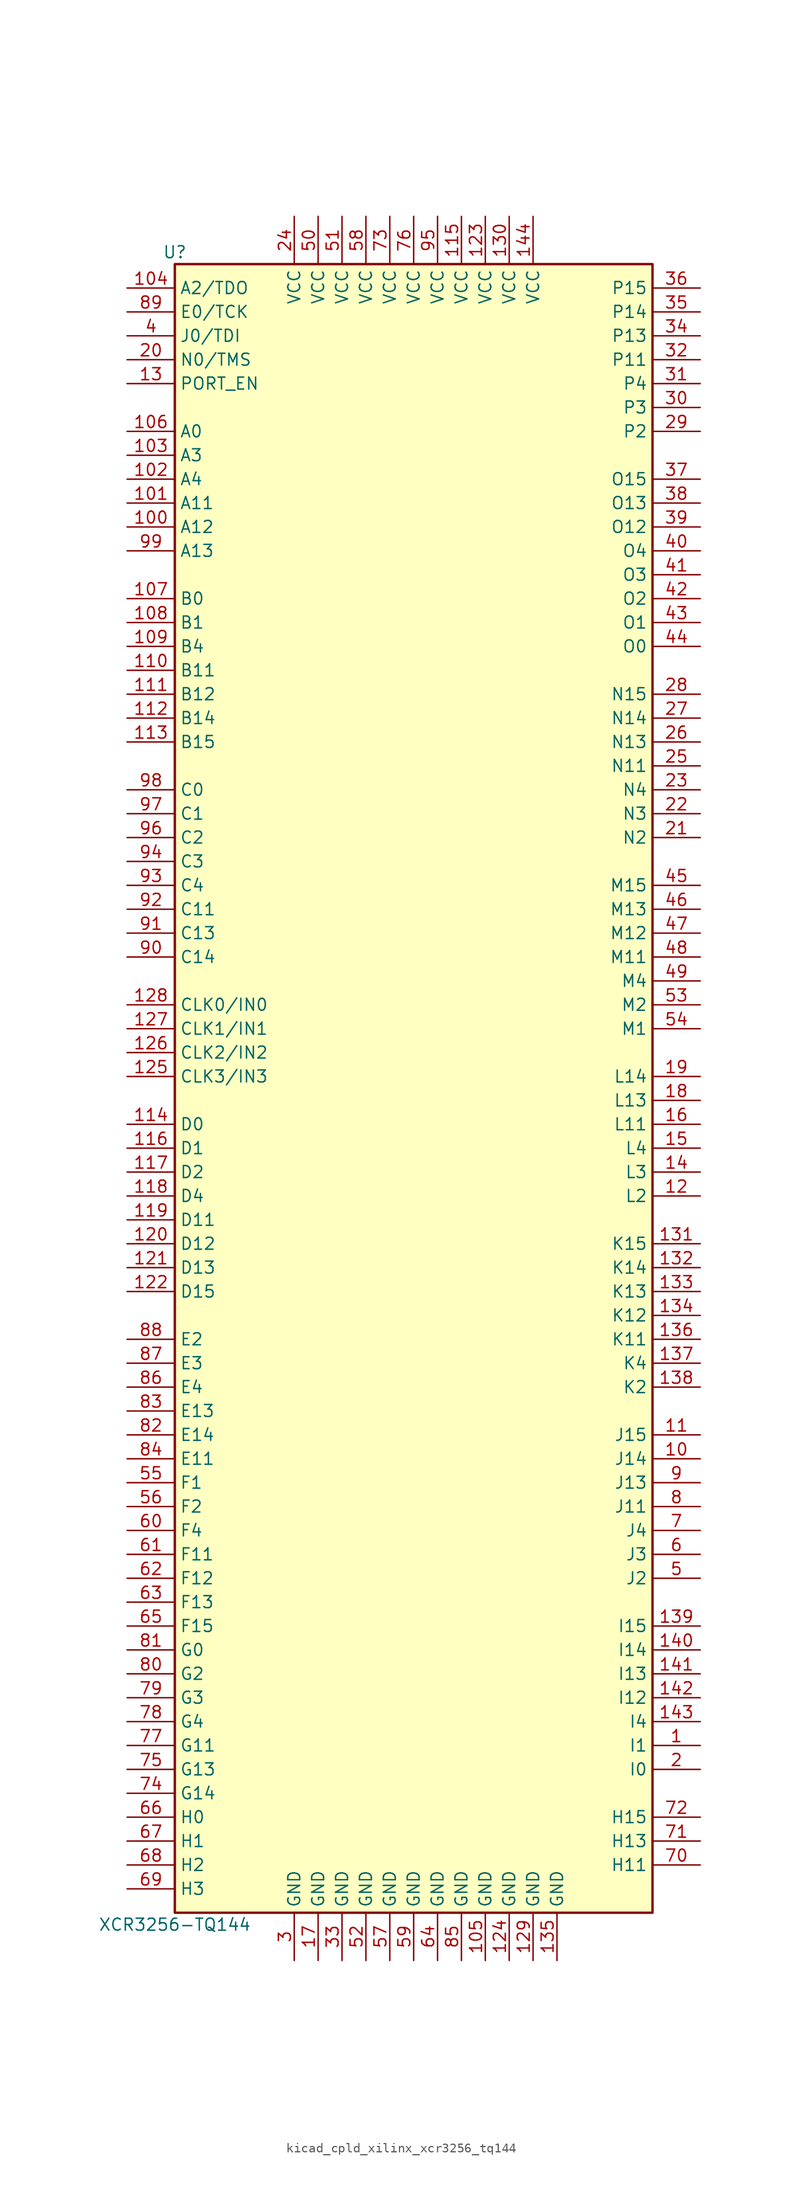
<source format=kicad_sym>
(kicad_symbol_lib
  (version 20220914)
  (generator kicad_symbol_editor)
  (symbol "kicad_cpld_xilinx_xcr3256_tq144"
    (property "Reference" "U"
      (at -25.4 87.63 0)
      (effects (font (size 1.27 1.27))))
    (property "Value" "XCR3256-TQ144"
      (at -25.4 -90.17 0)
      (effects (font (size 1.27 1.27))))
    (symbol "kicad_cpld_xilinx_xcr3256_tq144_1_1"
      (rectangle (start -25.4 86.36) (end 25.4 -88.9) (stroke (width 0.254) (type default)) (fill (type background)))
      (pin passive line (at 30.48 -71.12 180) (length 5.08) (name "I1" (effects (font (size 1.27 1.27)))) (number "1" (effects (font (size 1.27 1.27)))))
      (pin passive line (at 30.48 -40.64 180) (length 5.08) (name "J14" (effects (font (size 1.27 1.27)))) (number "10" (effects (font (size 1.27 1.27)))))
      (pin passive line (at -30.48 58.42 0) (length 5.08) (name "A12" (effects (font (size 1.27 1.27)))) (number "100" (effects (font (size 1.27 1.27)))))
      (pin passive line (at -30.48 60.96 0) (length 5.08) (name "A11" (effects (font (size 1.27 1.27)))) (number "101" (effects (font (size 1.27 1.27)))))
      (pin passive line (at -30.48 63.5 0) (length 5.08) (name "A4" (effects (font (size 1.27 1.27)))) (number "102" (effects (font (size 1.27 1.27)))))
      (pin passive line (at -30.48 66.04 0) (length 5.08) (name "A3" (effects (font (size 1.27 1.27)))) (number "103" (effects (font (size 1.27 1.27)))))
      (pin passive line (at -30.48 83.82 0) (length 5.08) (name "A2/TDO" (effects (font (size 1.27 1.27)))) (number "104" (effects (font (size 1.27 1.27)))))
      (pin power_in line (at 7.62 -93.98 90) (length 5.08) (name "GND" (effects (font (size 1.27 1.27)))) (number "105" (effects (font (size 1.27 1.27)))))
      (pin passive line (at -30.48 68.58 0) (length 5.08) (name "A0" (effects (font (size 1.27 1.27)))) (number "106" (effects (font (size 1.27 1.27)))))
      (pin passive line (at -30.48 50.8 0) (length 5.08) (name "B0" (effects (font (size 1.27 1.27)))) (number "107" (effects (font (size 1.27 1.27)))))
      (pin passive line (at -30.48 48.26 0) (length 5.08) (name "B1" (effects (font (size 1.27 1.27)))) (number "108" (effects (font (size 1.27 1.27)))))
      (pin passive line (at -30.48 45.72 0) (length 5.08) (name "B4" (effects (font (size 1.27 1.27)))) (number "109" (effects (font (size 1.27 1.27)))))
      (pin passive line (at 30.48 -38.1 180) (length 5.08) (name "J15" (effects (font (size 1.27 1.27)))) (number "11" (effects (font (size 1.27 1.27)))))
      (pin passive line (at -30.48 43.18 0) (length 5.08) (name "B11" (effects (font (size 1.27 1.27)))) (number "110" (effects (font (size 1.27 1.27)))))
      (pin passive line (at -30.48 40.64 0) (length 5.08) (name "B12" (effects (font (size 1.27 1.27)))) (number "111" (effects (font (size 1.27 1.27)))))
      (pin passive line (at -30.48 38.1 0) (length 5.08) (name "B14" (effects (font (size 1.27 1.27)))) (number "112" (effects (font (size 1.27 1.27)))))
      (pin passive line (at -30.48 35.56 0) (length 5.08) (name "B15" (effects (font (size 1.27 1.27)))) (number "113" (effects (font (size 1.27 1.27)))))
      (pin passive line (at -30.48 -5.08 0) (length 5.08) (name "D0" (effects (font (size 1.27 1.27)))) (number "114" (effects (font (size 1.27 1.27)))))
      (pin power_in line (at 5.08 91.44 270) (length 5.08) (name "VCC" (effects (font (size 1.27 1.27)))) (number "115" (effects (font (size 1.27 1.27)))))
      (pin passive line (at -30.48 -7.62 0) (length 5.08) (name "D1" (effects (font (size 1.27 1.27)))) (number "116" (effects (font (size 1.27 1.27)))))
      (pin passive line (at -30.48 -10.16 0) (length 5.08) (name "D2" (effects (font (size 1.27 1.27)))) (number "117" (effects (font (size 1.27 1.27)))))
      (pin passive line (at -30.48 -12.7 0) (length 5.08) (name "D4" (effects (font (size 1.27 1.27)))) (number "118" (effects (font (size 1.27 1.27)))))
      (pin passive line (at -30.48 -15.24 0) (length 5.08) (name "D11" (effects (font (size 1.27 1.27)))) (number "119" (effects (font (size 1.27 1.27)))))
      (pin passive line (at 30.48 -12.7 180) (length 5.08) (name "L2" (effects (font (size 1.27 1.27)))) (number "12" (effects (font (size 1.27 1.27)))))
      (pin passive line (at -30.48 -17.78 0) (length 5.08) (name "D12" (effects (font (size 1.27 1.27)))) (number "120" (effects (font (size 1.27 1.27)))))
      (pin passive line (at -30.48 -20.32 0) (length 5.08) (name "D13" (effects (font (size 1.27 1.27)))) (number "121" (effects (font (size 1.27 1.27)))))
      (pin passive line (at -30.48 -22.86 0) (length 5.08) (name "D15" (effects (font (size 1.27 1.27)))) (number "122" (effects (font (size 1.27 1.27)))))
      (pin power_in line (at 7.62 91.44 270) (length 5.08) (name "VCC" (effects (font (size 1.27 1.27)))) (number "123" (effects (font (size 1.27 1.27)))))
      (pin power_in line (at 10.16 -93.98 90) (length 5.08) (name "GND" (effects (font (size 1.27 1.27)))) (number "124" (effects (font (size 1.27 1.27)))))
      (pin input line (at -30.48 0 0) (length 5.08) (name "CLK3/IN3" (effects (font (size 1.27 1.27)))) (number "125" (effects (font (size 1.27 1.27)))))
      (pin input line (at -30.48 2.54 0) (length 5.08) (name "CLK2/IN2" (effects (font (size 1.27 1.27)))) (number "126" (effects (font (size 1.27 1.27)))))
      (pin input line (at -30.48 5.08 0) (length 5.08) (name "CLK1/IN1" (effects (font (size 1.27 1.27)))) (number "127" (effects (font (size 1.27 1.27)))))
      (pin input line (at -30.48 7.62 0) (length 5.08) (name "CLK0/IN0" (effects (font (size 1.27 1.27)))) (number "128" (effects (font (size 1.27 1.27)))))
      (pin power_in line (at 12.7 -93.98 90) (length 5.08) (name "GND" (effects (font (size 1.27 1.27)))) (number "129" (effects (font (size 1.27 1.27)))))
      (pin passive line (at -30.48 73.66 0) (length 5.08) (name "PORT_EN" (effects (font (size 1.27 1.27)))) (number "13" (effects (font (size 1.27 1.27)))))
      (pin power_in line (at 10.16 91.44 270) (length 5.08) (name "VCC" (effects (font (size 1.27 1.27)))) (number "130" (effects (font (size 1.27 1.27)))))
      (pin passive line (at 30.48 -17.78 180) (length 5.08) (name "K15" (effects (font (size 1.27 1.27)))) (number "131" (effects (font (size 1.27 1.27)))))
      (pin passive line (at 30.48 -20.32 180) (length 5.08) (name "K14" (effects (font (size 1.27 1.27)))) (number "132" (effects (font (size 1.27 1.27)))))
      (pin passive line (at 30.48 -22.86 180) (length 5.08) (name "K13" (effects (font (size 1.27 1.27)))) (number "133" (effects (font (size 1.27 1.27)))))
      (pin passive line (at 30.48 -25.4 180) (length 5.08) (name "K12" (effects (font (size 1.27 1.27)))) (number "134" (effects (font (size 1.27 1.27)))))
      (pin power_in line (at 15.24 -93.98 90) (length 5.08) (name "GND" (effects (font (size 1.27 1.27)))) (number "135" (effects (font (size 1.27 1.27)))))
      (pin passive line (at 30.48 -27.94 180) (length 5.08) (name "K11" (effects (font (size 1.27 1.27)))) (number "136" (effects (font (size 1.27 1.27)))))
      (pin passive line (at 30.48 -30.48 180) (length 5.08) (name "K4" (effects (font (size 1.27 1.27)))) (number "137" (effects (font (size 1.27 1.27)))))
      (pin passive line (at 30.48 -33.02 180) (length 5.08) (name "K2" (effects (font (size 1.27 1.27)))) (number "138" (effects (font (size 1.27 1.27)))))
      (pin passive line (at 30.48 -58.42 180) (length 5.08) (name "I15" (effects (font (size 1.27 1.27)))) (number "139" (effects (font (size 1.27 1.27)))))
      (pin passive line (at 30.48 -10.16 180) (length 5.08) (name "L3" (effects (font (size 1.27 1.27)))) (number "14" (effects (font (size 1.27 1.27)))))
      (pin passive line (at 30.48 -60.96 180) (length 5.08) (name "I14" (effects (font (size 1.27 1.27)))) (number "140" (effects (font (size 1.27 1.27)))))
      (pin passive line (at 30.48 -63.5 180) (length 5.08) (name "I13" (effects (font (size 1.27 1.27)))) (number "141" (effects (font (size 1.27 1.27)))))
      (pin passive line (at 30.48 -66.04 180) (length 5.08) (name "I12" (effects (font (size 1.27 1.27)))) (number "142" (effects (font (size 1.27 1.27)))))
      (pin passive line (at 30.48 -68.58 180) (length 5.08) (name "I4" (effects (font (size 1.27 1.27)))) (number "143" (effects (font (size 1.27 1.27)))))
      (pin power_in line (at 12.7 91.44 270) (length 5.08) (name "VCC" (effects (font (size 1.27 1.27)))) (number "144" (effects (font (size 1.27 1.27)))))
      (pin passive line (at 30.48 -7.62 180) (length 5.08) (name "L4" (effects (font (size 1.27 1.27)))) (number "15" (effects (font (size 1.27 1.27)))))
      (pin passive line (at 30.48 -5.08 180) (length 5.08) (name "L11" (effects (font (size 1.27 1.27)))) (number "16" (effects (font (size 1.27 1.27)))))
      (pin power_in line (at -10.16 -93.98 90) (length 5.08) (name "GND" (effects (font (size 1.27 1.27)))) (number "17" (effects (font (size 1.27 1.27)))))
      (pin passive line (at 30.48 -2.54 180) (length 5.08) (name "L13" (effects (font (size 1.27 1.27)))) (number "18" (effects (font (size 1.27 1.27)))))
      (pin passive line (at 30.48 0 180) (length 5.08) (name "L14" (effects (font (size 1.27 1.27)))) (number "19" (effects (font (size 1.27 1.27)))))
      (pin passive line (at 30.48 -73.66 180) (length 5.08) (name "I0" (effects (font (size 1.27 1.27)))) (number "2" (effects (font (size 1.27 1.27)))))
      (pin passive line (at -30.48 76.2 0) (length 5.08) (name "N0/TMS" (effects (font (size 1.27 1.27)))) (number "20" (effects (font (size 1.27 1.27)))))
      (pin passive line (at 30.48 25.4 180) (length 5.08) (name "N2" (effects (font (size 1.27 1.27)))) (number "21" (effects (font (size 1.27 1.27)))))
      (pin passive line (at 30.48 27.94 180) (length 5.08) (name "N3" (effects (font (size 1.27 1.27)))) (number "22" (effects (font (size 1.27 1.27)))))
      (pin passive line (at 30.48 30.48 180) (length 5.08) (name "N4" (effects (font (size 1.27 1.27)))) (number "23" (effects (font (size 1.27 1.27)))))
      (pin power_in line (at -12.7 91.44 270) (length 5.08) (name "VCC" (effects (font (size 1.27 1.27)))) (number "24" (effects (font (size 1.27 1.27)))))
      (pin passive line (at 30.48 33.02 180) (length 5.08) (name "N11" (effects (font (size 1.27 1.27)))) (number "25" (effects (font (size 1.27 1.27)))))
      (pin passive line (at 30.48 35.56 180) (length 5.08) (name "N13" (effects (font (size 1.27 1.27)))) (number "26" (effects (font (size 1.27 1.27)))))
      (pin passive line (at 30.48 38.1 180) (length 5.08) (name "N14" (effects (font (size 1.27 1.27)))) (number "27" (effects (font (size 1.27 1.27)))))
      (pin passive line (at 30.48 40.64 180) (length 5.08) (name "N15" (effects (font (size 1.27 1.27)))) (number "28" (effects (font (size 1.27 1.27)))))
      (pin passive line (at 30.48 68.58 180) (length 5.08) (name "P2" (effects (font (size 1.27 1.27)))) (number "29" (effects (font (size 1.27 1.27)))))
      (pin power_in line (at -12.7 -93.98 90) (length 5.08) (name "GND" (effects (font (size 1.27 1.27)))) (number "3" (effects (font (size 1.27 1.27)))))
      (pin passive line (at 30.48 71.12 180) (length 5.08) (name "P3" (effects (font (size 1.27 1.27)))) (number "30" (effects (font (size 1.27 1.27)))))
      (pin passive line (at 30.48 73.66 180) (length 5.08) (name "P4" (effects (font (size 1.27 1.27)))) (number "31" (effects (font (size 1.27 1.27)))))
      (pin passive line (at 30.48 76.2 180) (length 5.08) (name "P11" (effects (font (size 1.27 1.27)))) (number "32" (effects (font (size 1.27 1.27)))))
      (pin power_in line (at -7.62 -93.98 90) (length 5.08) (name "GND" (effects (font (size 1.27 1.27)))) (number "33" (effects (font (size 1.27 1.27)))))
      (pin passive line (at 30.48 78.74 180) (length 5.08) (name "P13" (effects (font (size 1.27 1.27)))) (number "34" (effects (font (size 1.27 1.27)))))
      (pin passive line (at 30.48 81.28 180) (length 5.08) (name "P14" (effects (font (size 1.27 1.27)))) (number "35" (effects (font (size 1.27 1.27)))))
      (pin passive line (at 30.48 83.82 180) (length 5.08) (name "P15" (effects (font (size 1.27 1.27)))) (number "36" (effects (font (size 1.27 1.27)))))
      (pin passive line (at 30.48 63.5 180) (length 5.08) (name "O15" (effects (font (size 1.27 1.27)))) (number "37" (effects (font (size 1.27 1.27)))))
      (pin passive line (at 30.48 60.96 180) (length 5.08) (name "O13" (effects (font (size 1.27 1.27)))) (number "38" (effects (font (size 1.27 1.27)))))
      (pin passive line (at 30.48 58.42 180) (length 5.08) (name "O12" (effects (font (size 1.27 1.27)))) (number "39" (effects (font (size 1.27 1.27)))))
      (pin passive line (at -30.48 78.74 0) (length 5.08) (name "J0/TDI" (effects (font (size 1.27 1.27)))) (number "4" (effects (font (size 1.27 1.27)))))
      (pin passive line (at 30.48 55.88 180) (length 5.08) (name "O4" (effects (font (size 1.27 1.27)))) (number "40" (effects (font (size 1.27 1.27)))))
      (pin passive line (at 30.48 53.34 180) (length 5.08) (name "O3" (effects (font (size 1.27 1.27)))) (number "41" (effects (font (size 1.27 1.27)))))
      (pin passive line (at 30.48 50.8 180) (length 5.08) (name "O2" (effects (font (size 1.27 1.27)))) (number "42" (effects (font (size 1.27 1.27)))))
      (pin passive line (at 30.48 48.26 180) (length 5.08) (name "O1" (effects (font (size 1.27 1.27)))) (number "43" (effects (font (size 1.27 1.27)))))
      (pin passive line (at 30.48 45.72 180) (length 5.08) (name "O0" (effects (font (size 1.27 1.27)))) (number "44" (effects (font (size 1.27 1.27)))))
      (pin passive line (at 30.48 20.32 180) (length 5.08) (name "M15" (effects (font (size 1.27 1.27)))) (number "45" (effects (font (size 1.27 1.27)))))
      (pin passive line (at 30.48 17.78 180) (length 5.08) (name "M13" (effects (font (size 1.27 1.27)))) (number "46" (effects (font (size 1.27 1.27)))))
      (pin passive line (at 30.48 15.24 180) (length 5.08) (name "M12" (effects (font (size 1.27 1.27)))) (number "47" (effects (font (size 1.27 1.27)))))
      (pin passive line (at 30.48 12.7 180) (length 5.08) (name "M11" (effects (font (size 1.27 1.27)))) (number "48" (effects (font (size 1.27 1.27)))))
      (pin passive line (at 30.48 10.16 180) (length 5.08) (name "M4" (effects (font (size 1.27 1.27)))) (number "49" (effects (font (size 1.27 1.27)))))
      (pin passive line (at 30.48 -53.34 180) (length 5.08) (name "J2" (effects (font (size 1.27 1.27)))) (number "5" (effects (font (size 1.27 1.27)))))
      (pin power_in line (at -10.16 91.44 270) (length 5.08) (name "VCC" (effects (font (size 1.27 1.27)))) (number "50" (effects (font (size 1.27 1.27)))))
      (pin power_in line (at -7.62 91.44 270) (length 5.08) (name "VCC" (effects (font (size 1.27 1.27)))) (number "51" (effects (font (size 1.27 1.27)))))
      (pin power_in line (at -5.08 -93.98 90) (length 5.08) (name "GND" (effects (font (size 1.27 1.27)))) (number "52" (effects (font (size 1.27 1.27)))))
      (pin passive line (at 30.48 7.62 180) (length 5.08) (name "M2" (effects (font (size 1.27 1.27)))) (number "53" (effects (font (size 1.27 1.27)))))
      (pin passive line (at 30.48 5.08 180) (length 5.08) (name "M1" (effects (font (size 1.27 1.27)))) (number "54" (effects (font (size 1.27 1.27)))))
      (pin passive line (at -30.48 -43.18 0) (length 5.08) (name "F1" (effects (font (size 1.27 1.27)))) (number "55" (effects (font (size 1.27 1.27)))))
      (pin passive line (at -30.48 -45.72 0) (length 5.08) (name "F2" (effects (font (size 1.27 1.27)))) (number "56" (effects (font (size 1.27 1.27)))))
      (pin power_in line (at -2.54 -93.98 90) (length 5.08) (name "GND" (effects (font (size 1.27 1.27)))) (number "57" (effects (font (size 1.27 1.27)))))
      (pin power_in line (at -5.08 91.44 270) (length 5.08) (name "VCC" (effects (font (size 1.27 1.27)))) (number "58" (effects (font (size 1.27 1.27)))))
      (pin power_in line (at 0 -93.98 90) (length 5.08) (name "GND" (effects (font (size 1.27 1.27)))) (number "59" (effects (font (size 1.27 1.27)))))
      (pin passive line (at 30.48 -50.8 180) (length 5.08) (name "J3" (effects (font (size 1.27 1.27)))) (number "6" (effects (font (size 1.27 1.27)))))
      (pin passive line (at -30.48 -48.26 0) (length 5.08) (name "F4" (effects (font (size 1.27 1.27)))) (number "60" (effects (font (size 1.27 1.27)))))
      (pin passive line (at -30.48 -50.8 0) (length 5.08) (name "F11" (effects (font (size 1.27 1.27)))) (number "61" (effects (font (size 1.27 1.27)))))
      (pin passive line (at -30.48 -53.34 0) (length 5.08) (name "F12" (effects (font (size 1.27 1.27)))) (number "62" (effects (font (size 1.27 1.27)))))
      (pin passive line (at -30.48 -55.88 0) (length 5.08) (name "F13" (effects (font (size 1.27 1.27)))) (number "63" (effects (font (size 1.27 1.27)))))
      (pin power_in line (at 2.54 -93.98 90) (length 5.08) (name "GND" (effects (font (size 1.27 1.27)))) (number "64" (effects (font (size 1.27 1.27)))))
      (pin passive line (at -30.48 -58.42 0) (length 5.08) (name "F15" (effects (font (size 1.27 1.27)))) (number "65" (effects (font (size 1.27 1.27)))))
      (pin passive line (at -30.48 -78.74 0) (length 5.08) (name "H0" (effects (font (size 1.27 1.27)))) (number "66" (effects (font (size 1.27 1.27)))))
      (pin passive line (at -30.48 -81.28 0) (length 5.08) (name "H1" (effects (font (size 1.27 1.27)))) (number "67" (effects (font (size 1.27 1.27)))))
      (pin passive line (at -30.48 -83.82 0) (length 5.08) (name "H2" (effects (font (size 1.27 1.27)))) (number "68" (effects (font (size 1.27 1.27)))))
      (pin passive line (at -30.48 -86.36 0) (length 5.08) (name "H3" (effects (font (size 1.27 1.27)))) (number "69" (effects (font (size 1.27 1.27)))))
      (pin passive line (at 30.48 -48.26 180) (length 5.08) (name "J4" (effects (font (size 1.27 1.27)))) (number "7" (effects (font (size 1.27 1.27)))))
      (pin passive line (at 30.48 -83.82 180) (length 5.08) (name "H11" (effects (font (size 1.27 1.27)))) (number "70" (effects (font (size 1.27 1.27)))))
      (pin passive line (at 30.48 -81.28 180) (length 5.08) (name "H13" (effects (font (size 1.27 1.27)))) (number "71" (effects (font (size 1.27 1.27)))))
      (pin passive line (at 30.48 -78.74 180) (length 5.08) (name "H15" (effects (font (size 1.27 1.27)))) (number "72" (effects (font (size 1.27 1.27)))))
      (pin power_in line (at -2.54 91.44 270) (length 5.08) (name "VCC" (effects (font (size 1.27 1.27)))) (number "73" (effects (font (size 1.27 1.27)))))
      (pin passive line (at -30.48 -76.2 0) (length 5.08) (name "G14" (effects (font (size 1.27 1.27)))) (number "74" (effects (font (size 1.27 1.27)))))
      (pin passive line (at -30.48 -73.66 0) (length 5.08) (name "G13" (effects (font (size 1.27 1.27)))) (number "75" (effects (font (size 1.27 1.27)))))
      (pin power_in line (at 0 91.44 270) (length 5.08) (name "VCC" (effects (font (size 1.27 1.27)))) (number "76" (effects (font (size 1.27 1.27)))))
      (pin passive line (at -30.48 -71.12 0) (length 5.08) (name "G11" (effects (font (size 1.27 1.27)))) (number "77" (effects (font (size 1.27 1.27)))))
      (pin passive line (at -30.48 -68.58 0) (length 5.08) (name "G4" (effects (font (size 1.27 1.27)))) (number "78" (effects (font (size 1.27 1.27)))))
      (pin passive line (at -30.48 -66.04 0) (length 5.08) (name "G3" (effects (font (size 1.27 1.27)))) (number "79" (effects (font (size 1.27 1.27)))))
      (pin passive line (at 30.48 -45.72 180) (length 5.08) (name "J11" (effects (font (size 1.27 1.27)))) (number "8" (effects (font (size 1.27 1.27)))))
      (pin passive line (at -30.48 -63.5 0) (length 5.08) (name "G2" (effects (font (size 1.27 1.27)))) (number "80" (effects (font (size 1.27 1.27)))))
      (pin input line (at -30.48 -60.96 0) (length 5.08) (name "G0" (effects (font (size 1.27 1.27)))) (number "81" (effects (font (size 1.27 1.27)))))
      (pin passive line (at -30.48 -38.1 0) (length 5.08) (name "E14" (effects (font (size 1.27 1.27)))) (number "82" (effects (font (size 1.27 1.27)))))
      (pin passive line (at -30.48 -35.56 0) (length 5.08) (name "E13" (effects (font (size 1.27 1.27)))) (number "83" (effects (font (size 1.27 1.27)))))
      (pin passive line (at -30.48 -40.64 0) (length 5.08) (name "E11" (effects (font (size 1.27 1.27)))) (number "84" (effects (font (size 1.27 1.27)))))
      (pin power_in line (at 5.08 -93.98 90) (length 5.08) (name "GND" (effects (font (size 1.27 1.27)))) (number "85" (effects (font (size 1.27 1.27)))))
      (pin passive line (at -30.48 -33.02 0) (length 5.08) (name "E4" (effects (font (size 1.27 1.27)))) (number "86" (effects (font (size 1.27 1.27)))))
      (pin passive line (at -30.48 -30.48 0) (length 5.08) (name "E3" (effects (font (size 1.27 1.27)))) (number "87" (effects (font (size 1.27 1.27)))))
      (pin passive line (at -30.48 -27.94 0) (length 5.08) (name "E2" (effects (font (size 1.27 1.27)))) (number "88" (effects (font (size 1.27 1.27)))))
      (pin passive line (at -30.48 81.28 0) (length 5.08) (name "E0/TCK" (effects (font (size 1.27 1.27)))) (number "89" (effects (font (size 1.27 1.27)))))
      (pin passive line (at 30.48 -43.18 180) (length 5.08) (name "J13" (effects (font (size 1.27 1.27)))) (number "9" (effects (font (size 1.27 1.27)))))
      (pin passive line (at -30.48 12.7 0) (length 5.08) (name "C14" (effects (font (size 1.27 1.27)))) (number "90" (effects (font (size 1.27 1.27)))))
      (pin passive line (at -30.48 15.24 0) (length 5.08) (name "C13" (effects (font (size 1.27 1.27)))) (number "91" (effects (font (size 1.27 1.27)))))
      (pin passive line (at -30.48 17.78 0) (length 5.08) (name "C11" (effects (font (size 1.27 1.27)))) (number "92" (effects (font (size 1.27 1.27)))))
      (pin passive line (at -30.48 20.32 0) (length 5.08) (name "C4" (effects (font (size 1.27 1.27)))) (number "93" (effects (font (size 1.27 1.27)))))
      (pin passive line (at -30.48 22.86 0) (length 5.08) (name "C3" (effects (font (size 1.27 1.27)))) (number "94" (effects (font (size 1.27 1.27)))))
      (pin power_in line (at 2.54 91.44 270) (length 5.08) (name "VCC" (effects (font (size 1.27 1.27)))) (number "95" (effects (font (size 1.27 1.27)))))
      (pin passive line (at -30.48 25.4 0) (length 5.08) (name "C2" (effects (font (size 1.27 1.27)))) (number "96" (effects (font (size 1.27 1.27)))))
      (pin passive line (at -30.48 27.94 0) (length 5.08) (name "C1" (effects (font (size 1.27 1.27)))) (number "97" (effects (font (size 1.27 1.27)))))
      (pin passive line (at -30.48 30.48 0) (length 5.08) (name "C0" (effects (font (size 1.27 1.27)))) (number "98" (effects (font (size 1.27 1.27)))))
      (pin passive line (at -30.48 55.88 0) (length 5.08) (name "A13" (effects (font (size 1.27 1.27)))) (number "99" (effects (font (size 1.27 1.27))))))))
</source>
